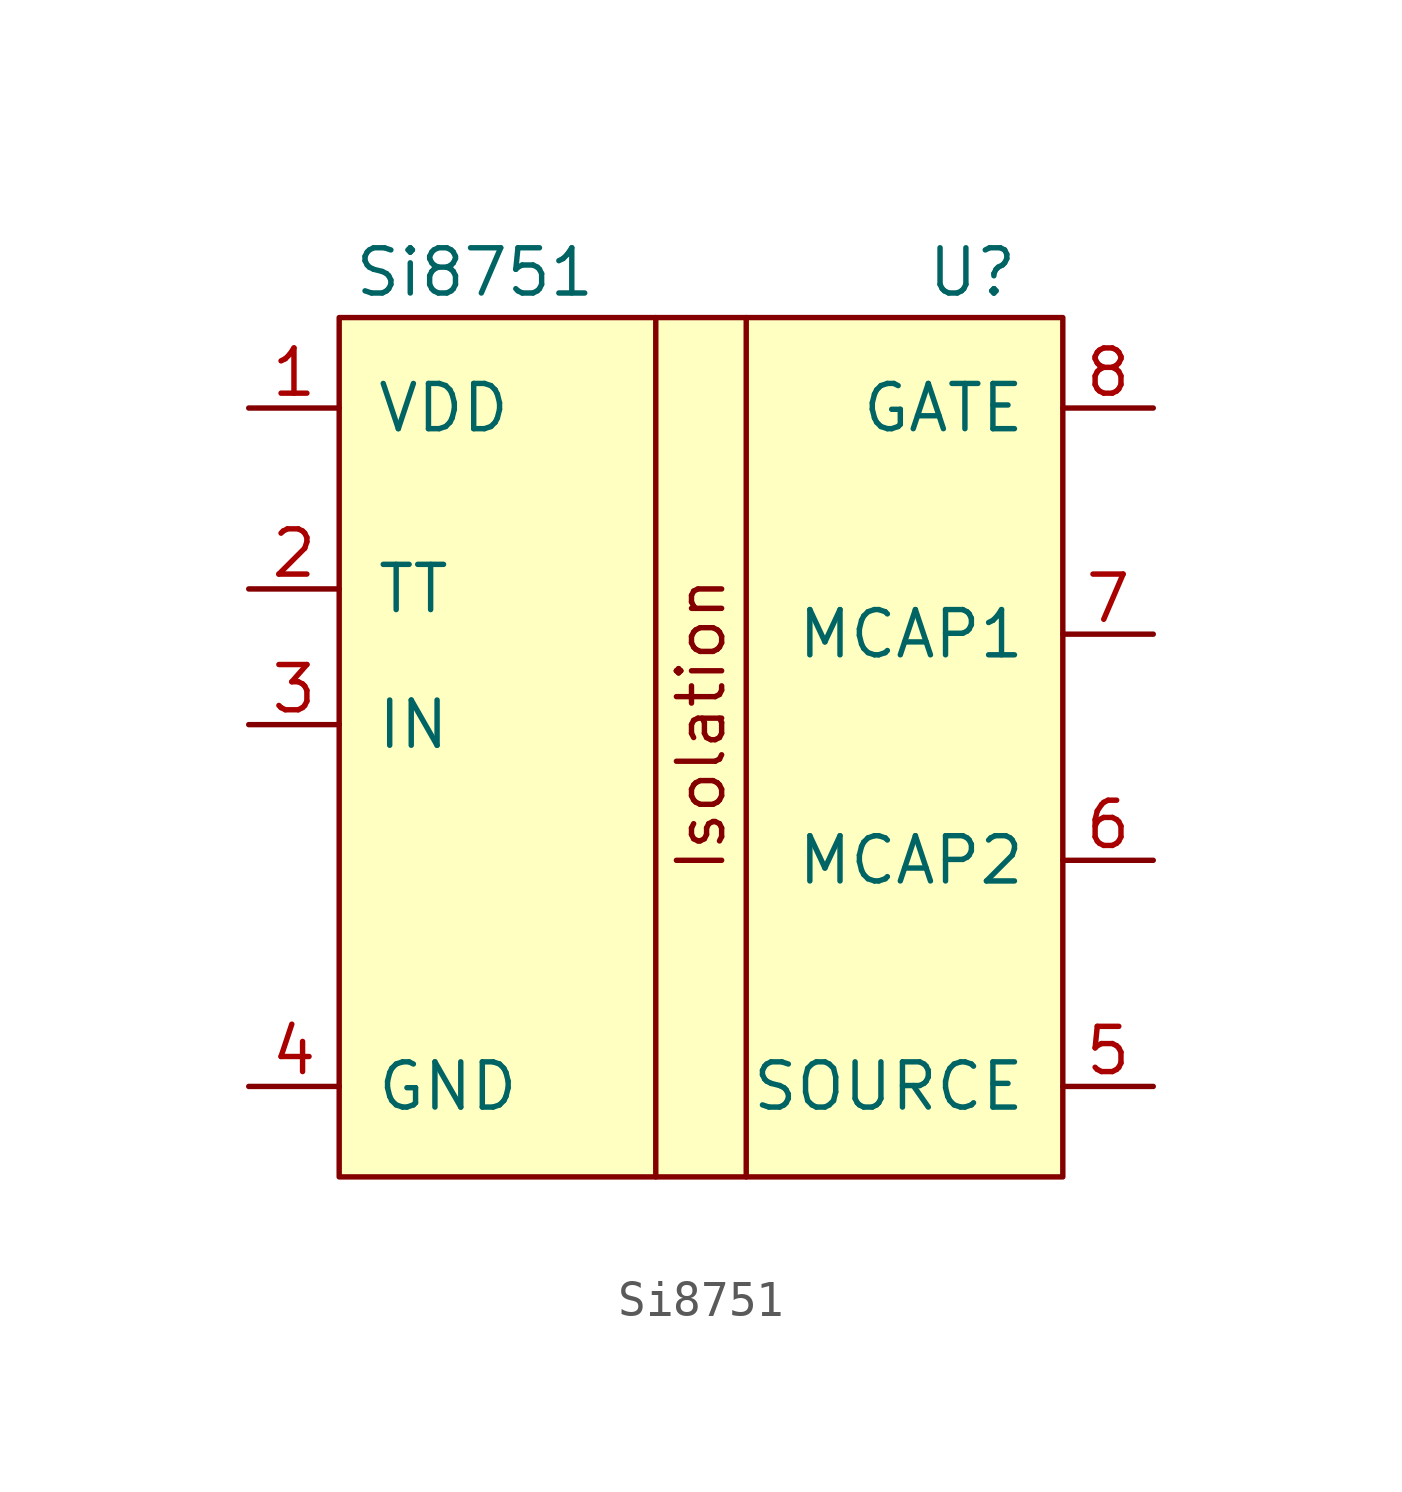
<source format=kicad_sym>
(kicad_symbol_lib
  (version 20201005)
  (generator kicad_symbol_editor)
  (symbol "Si8751"
    (pin_names
      (offset 1.016))
    (property "Reference" "U"
      (at 7.62 13.97 0)
      (effects (font (size 1.27 1.27))))
    (property "Value" "Si8751"
      (at -6.35 13.97 0)
      (effects (font (size 1.27 1.27))))
    (symbol "Si8751_0_0"
      (text "Isolation" (at 0 1.27 900) (effects (font (size 1.27 1.27)))))
    (symbol "Si8751_0_1"
      (rectangle (start -10.16 12.7) (end 10.16 -11.43) (stroke (width 0)) (fill (type background)))
      (polyline (pts (xy -1.27 12.7) (xy -1.27 -11.43)) (stroke (width 0)) (fill (type none)))
      (polyline (pts (xy 1.27 12.7) (xy 1.27 -11.43)) (stroke (width 0)) (fill (type none))))
    (symbol "Si8751_1_1"
      (pin power_in line (at -12.7 10.16 0) (length 2.54) (name "VDD" (effects (font (size 1.27 1.27)))) (number "1" (effects (font (size 1.27 1.27)))))
      (pin passive line (at -12.7 5.08 0) (length 2.54) (name "TT" (effects (font (size 1.27 1.27)))) (number "2" (effects (font (size 1.27 1.27)))))
      (pin input line (at -12.7 1.27 0) (length 2.54) (name "IN" (effects (font (size 1.27 1.27)))) (number "3" (effects (font (size 1.27 1.27)))))
      (pin power_in line (at -12.7 -8.89 0) (length 2.54) (name "GND" (effects (font (size 1.27 1.27)))) (number "4" (effects (font (size 1.27 1.27)))))
      (pin output line (at 12.7 -8.89 180) (length 2.54) (name "SOURCE" (effects (font (size 1.27 1.27)))) (number "5" (effects (font (size 1.27 1.27)))))
      (pin passive line (at 12.7 -2.54 180) (length 2.54) (name "MCAP2" (effects (font (size 1.27 1.27)))) (number "6" (effects (font (size 1.27 1.27)))))
      (pin passive line (at 12.7 3.81 180) (length 2.54) (name "MCAP1" (effects (font (size 1.27 1.27)))) (number "7" (effects (font (size 1.27 1.27)))))
      (pin output line (at 12.7 10.16 180) (length 2.54) (name "GATE" (effects (font (size 1.27 1.27)))) (number "8" (effects (font (size 1.27 1.27))))))))
</source>
